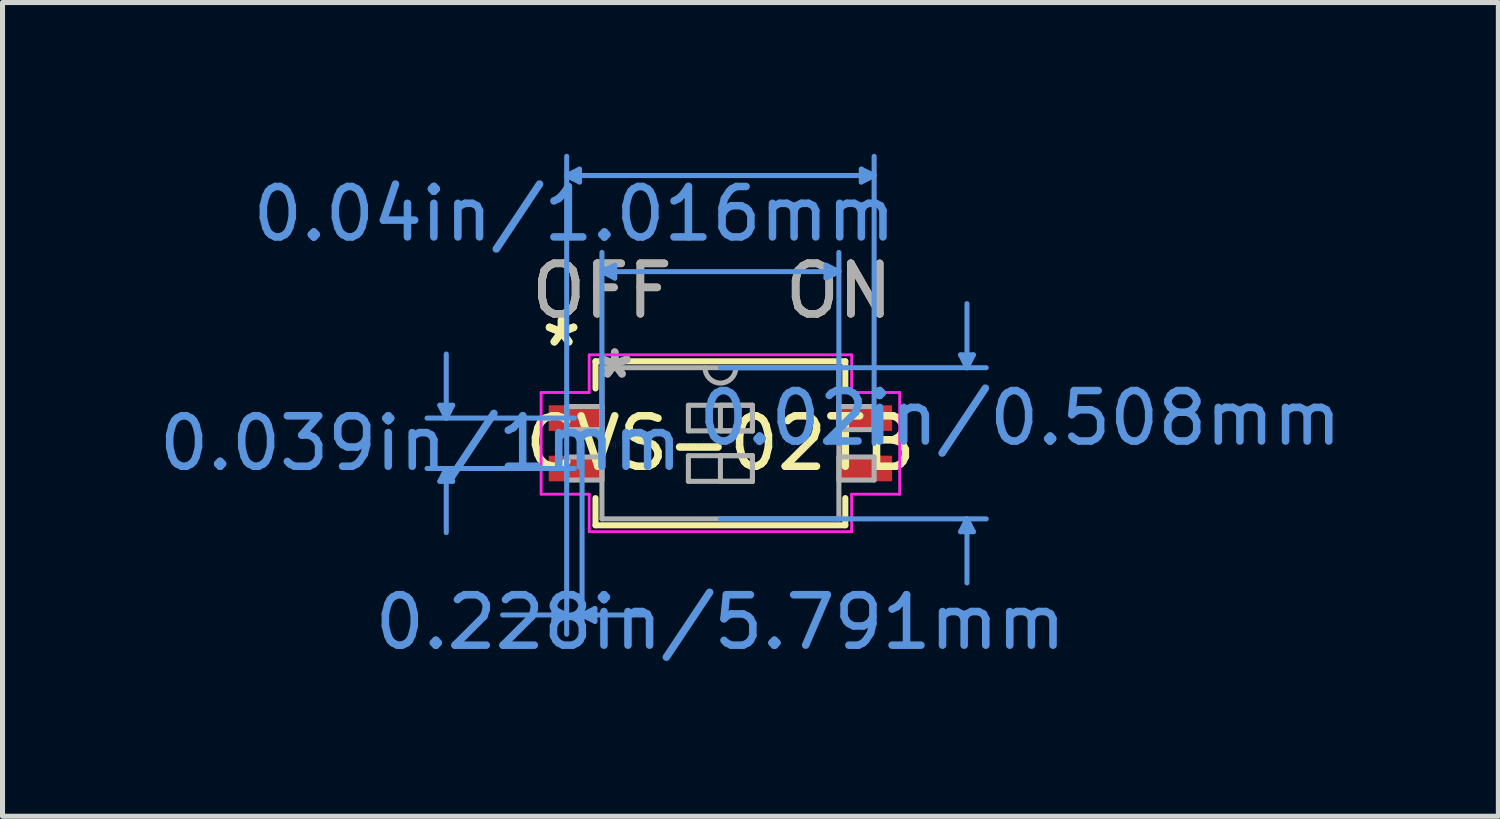
<source format=kicad_pcb>
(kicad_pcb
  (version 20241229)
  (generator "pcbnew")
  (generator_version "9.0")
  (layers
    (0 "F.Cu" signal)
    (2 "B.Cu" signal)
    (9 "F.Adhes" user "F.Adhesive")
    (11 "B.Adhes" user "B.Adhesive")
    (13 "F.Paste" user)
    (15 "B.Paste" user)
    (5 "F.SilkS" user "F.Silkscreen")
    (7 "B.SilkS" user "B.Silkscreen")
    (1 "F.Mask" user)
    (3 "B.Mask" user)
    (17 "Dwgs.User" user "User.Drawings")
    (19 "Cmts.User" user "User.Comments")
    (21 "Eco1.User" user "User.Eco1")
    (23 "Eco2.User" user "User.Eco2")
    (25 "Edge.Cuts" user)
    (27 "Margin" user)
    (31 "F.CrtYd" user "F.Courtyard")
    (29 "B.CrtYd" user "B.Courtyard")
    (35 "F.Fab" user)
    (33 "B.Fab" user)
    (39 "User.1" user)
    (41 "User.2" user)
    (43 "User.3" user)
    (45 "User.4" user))
  (footprint "CVS-02TB"
    (layer "F.Cu")
    (at 11.235 5.74)
    (property "Reference" "CVS-02TB" (at 0 0 0) (layer "F.SilkS") (effects (font (size 1 1) (thickness 0.15))))
    (attr through_hole)
    (fp_line (start -2.477 -1.626) (end -2.477 -1.087) (stroke (width 0.12) (type solid)) (layer "F.SilkS"))
    (fp_line (start -2.477 1.087) (end -2.477 1.626) (stroke (width 0.12) (type solid)) (layer "F.SilkS"))
    (fp_line (start -2.477 1.626) (end 2.477 1.626) (stroke (width 0.12) (type solid)) (layer "F.SilkS"))
    (fp_line (start 2.477 -1.626) (end -2.477 -1.626) (stroke (width 0.12) (type solid)) (layer "F.SilkS"))
    (fp_line (start 2.477 -1.087) (end 2.477 -1.626) (stroke (width 0.12) (type solid)) (layer "F.SilkS"))
    (fp_line (start 2.477 1.626) (end 2.477 1.087) (stroke (width 0.12) (type solid)) (layer "F.SilkS"))
    (fp_line (start -5.563 -0.754) (end -5.309 -0.754) (stroke (width 0.1) (type solid)) (layer "Cmts.User"))
    (fp_line (start -5.563 0.754) (end -5.309 0.754) (stroke (width 0.1) (type solid)) (layer "Cmts.User"))
    (fp_line (start -5.436 -0.5) (end -5.563 -0.754) (stroke (width 0.1) (type solid)) (layer "Cmts.User"))
    (fp_line (start -5.436 -0.5) (end -5.436 -1.77) (stroke (width 0.1) (type solid)) (layer "Cmts.User"))
    (fp_line (start -5.436 -0.5) (end -5.309 -0.754) (stroke (width 0.1) (type solid)) (layer "Cmts.User"))
    (fp_line (start -5.436 0.5) (end -5.563 0.754) (stroke (width 0.1) (type solid)) (layer "Cmts.User"))
    (fp_line (start -5.436 0.5) (end -5.436 1.77) (stroke (width 0.1) (type solid)) (layer "Cmts.User"))
    (fp_line (start -5.436 0.5) (end -5.309 0.754) (stroke (width 0.1) (type solid)) (layer "Cmts.User"))
    (fp_line (start -3.302 3.277) (end -3.302 3.531) (stroke (width 0.1) (type solid)) (layer "Cmts.User"))
    (fp_line (start -3.048 -5.309) (end -2.794 -5.436) (stroke (width 0.1) (type solid)) (layer "Cmts.User"))
    (fp_line (start -3.048 -5.309) (end -2.794 -5.182) (stroke (width 0.1) (type solid)) (layer "Cmts.User"))
    (fp_line (start -3.048 -5.309) (end 3.048 -5.309) (stroke (width 0.1) (type solid)) (layer "Cmts.User"))
    (fp_line (start -3.048 0) (end -3.048 -5.69) (stroke (width 0.1) (type solid)) (layer "Cmts.User"))
    (fp_line (start -3.048 0) (end -3.048 3.785) (stroke (width 0.1) (type solid)) (layer "Cmts.User"))
    (fp_line (start -3.048 3.404) (end -4.318 3.404) (stroke (width 0.1) (type solid)) (layer "Cmts.User"))
    (fp_line (start -3.048 3.404) (end -3.302 3.277) (stroke (width 0.1) (type solid)) (layer "Cmts.User"))
    (fp_line (start -3.048 3.404) (end -3.302 3.531) (stroke (width 0.1) (type solid)) (layer "Cmts.User"))
    (fp_line (start -2.896 -0.5) (end -5.817 -0.5) (stroke (width 0.1) (type solid)) (layer "Cmts.User"))
    (fp_line (start -2.896 0.5) (end -5.817 0.5) (stroke (width 0.1) (type solid)) (layer "Cmts.User"))
    (fp_line (start -2.794 -5.436) (end -2.794 -5.182) (stroke (width 0.1) (type solid)) (layer "Cmts.User"))
    (fp_line (start -2.743 0) (end -2.743 3.785) (stroke (width 0.1) (type solid)) (layer "Cmts.User"))
    (fp_line (start -2.743 3.404) (end -2.489 3.277) (stroke (width 0.1) (type solid)) (layer "Cmts.User"))
    (fp_line (start -2.743 3.404) (end -2.489 3.531) (stroke (width 0.1) (type solid)) (layer "Cmts.User"))
    (fp_line (start -2.743 3.404) (end -1.473 3.404) (stroke (width 0.1) (type solid)) (layer "Cmts.User"))
    (fp_line (start -2.489 3.277) (end -2.489 3.531) (stroke (width 0.1) (type solid)) (layer "Cmts.User"))
    (fp_line (start -2.349 -3.404) (end -2.095 -3.531) (stroke (width 0.1) (type solid)) (layer "Cmts.User"))
    (fp_line (start -2.349 -3.404) (end -2.095 -3.277) (stroke (width 0.1) (type solid)) (layer "Cmts.User"))
    (fp_line (start -2.349 -3.404) (end 2.349 -3.404) (stroke (width 0.1) (type solid)) (layer "Cmts.User"))
    (fp_line (start -2.349 0) (end -2.349 -3.785) (stroke (width 0.1) (type solid)) (layer "Cmts.User"))
    (fp_line (start -2.095 -3.531) (end -2.095 -3.277) (stroke (width 0.1) (type solid)) (layer "Cmts.User"))
    (fp_line (start 0 -1.499) (end 5.271 -1.499) (stroke (width 0.1) (type solid)) (layer "Cmts.User"))
    (fp_line (start 0 1.499) (end 5.271 1.499) (stroke (width 0.1) (type solid)) (layer "Cmts.User"))
    (fp_line (start 2.095 -3.531) (end 2.095 -3.277) (stroke (width 0.1) (type solid)) (layer "Cmts.User"))
    (fp_line (start 2.349 -3.404) (end 2.095 -3.531) (stroke (width 0.1) (type solid)) (layer "Cmts.User"))
    (fp_line (start 2.349 -3.404) (end 2.095 -3.277) (stroke (width 0.1) (type solid)) (layer "Cmts.User"))
    (fp_line (start 2.349 0) (end 2.349 -3.785) (stroke (width 0.1) (type solid)) (layer "Cmts.User"))
    (fp_line (start 2.794 -5.436) (end 2.794 -5.182) (stroke (width 0.1) (type solid)) (layer "Cmts.User"))
    (fp_line (start 3.048 -5.309) (end 2.794 -5.436) (stroke (width 0.1) (type solid)) (layer "Cmts.User"))
    (fp_line (start 3.048 -5.309) (end 2.794 -5.182) (stroke (width 0.1) (type solid)) (layer "Cmts.User"))
    (fp_line (start 3.048 0) (end 3.048 -5.69) (stroke (width 0.1) (type solid)) (layer "Cmts.User"))
    (fp_line (start 4.763 -1.753) (end 5.016 -1.753) (stroke (width 0.1) (type solid)) (layer "Cmts.User"))
    (fp_line (start 4.763 1.753) (end 5.016 1.753) (stroke (width 0.1) (type solid)) (layer "Cmts.User"))
    (fp_line (start 4.889 -1.499) (end 4.763 -1.753) (stroke (width 0.1) (type solid)) (layer "Cmts.User"))
    (fp_line (start 4.889 -1.499) (end 4.889 -2.769) (stroke (width 0.1) (type solid)) (layer "Cmts.User"))
    (fp_line (start 4.889 -1.499) (end 5.016 -1.753) (stroke (width 0.1) (type solid)) (layer "Cmts.User"))
    (fp_line (start 4.889 1.499) (end 4.763 1.753) (stroke (width 0.1) (type solid)) (layer "Cmts.User"))
    (fp_line (start 4.889 1.499) (end 4.889 2.769) (stroke (width 0.1) (type solid)) (layer "Cmts.User"))
    (fp_line (start 4.889 1.499) (end 5.016 1.753) (stroke (width 0.1) (type solid)) (layer "Cmts.User"))
    (fp_line (start -3.556 -1.008) (end -2.603 -1.008) (stroke (width 0.05) (type solid)) (layer "F.CrtYd"))
    (fp_line (start -3.556 -1.008) (end -2.603 -1.008) (stroke (width 0.05) (type solid)) (layer "F.CrtYd"))
    (fp_line (start -3.556 1.008) (end -3.556 -1.008) (stroke (width 0.05) (type solid)) (layer "F.CrtYd"))
    (fp_line (start -3.556 1.008) (end -3.556 -1.008) (stroke (width 0.05) (type solid)) (layer "F.CrtYd"))
    (fp_line (start -2.603 -1.753) (end 2.603 -1.753) (stroke (width 0.05) (type solid)) (layer "F.CrtYd"))
    (fp_line (start -2.603 -1.753) (end 2.603 -1.753) (stroke (width 0.05) (type solid)) (layer "F.CrtYd"))
    (fp_line (start -2.603 -1.008) (end -2.603 -1.753) (stroke (width 0.05) (type solid)) (layer "F.CrtYd"))
    (fp_line (start -2.603 -1.008) (end -2.603 -1.753) (stroke (width 0.05) (type solid)) (layer "F.CrtYd"))
    (fp_line (start -2.603 1.008) (end -3.556 1.008) (stroke (width 0.05) (type solid)) (layer "F.CrtYd"))
    (fp_line (start -2.603 1.008) (end -3.556 1.008) (stroke (width 0.05) (type solid)) (layer "F.CrtYd"))
    (fp_line (start -2.603 1.753) (end -2.603 1.008) (stroke (width 0.05) (type solid)) (layer "F.CrtYd"))
    (fp_line (start -2.603 1.753) (end -2.603 1.008) (stroke (width 0.05) (type solid)) (layer "F.CrtYd"))
    (fp_line (start 2.603 -1.753) (end 2.603 -1.008) (stroke (width 0.05) (type solid)) (layer "F.CrtYd"))
    (fp_line (start 2.603 -1.753) (end 2.603 -1.008) (stroke (width 0.05) (type solid)) (layer "F.CrtYd"))
    (fp_line (start 2.603 -1.008) (end 3.556 -1.008) (stroke (width 0.05) (type solid)) (layer "F.CrtYd"))
    (fp_line (start 2.603 -1.008) (end 3.556 -1.008) (stroke (width 0.05) (type solid)) (layer "F.CrtYd"))
    (fp_line (start 2.603 1.008) (end 2.603 1.753) (stroke (width 0.05) (type solid)) (layer "F.CrtYd"))
    (fp_line (start 2.603 1.008) (end 2.603 1.753) (stroke (width 0.05) (type solid)) (layer "F.CrtYd"))
    (fp_line (start 2.603 1.753) (end -2.603 1.753) (stroke (width 0.05) (type solid)) (layer "F.CrtYd"))
    (fp_line (start 2.603 1.753) (end -2.603 1.753) (stroke (width 0.05) (type solid)) (layer "F.CrtYd"))
    (fp_line (start 3.556 -1.008) (end 3.556 1.008) (stroke (width 0.05) (type solid)) (layer "F.CrtYd"))
    (fp_line (start 3.556 -1.008) (end 3.556 1.008) (stroke (width 0.05) (type solid)) (layer "F.CrtYd"))
    (fp_line (start 3.556 1.008) (end 2.603 1.008) (stroke (width 0.05) (type solid)) (layer "F.CrtYd"))
    (fp_line (start 3.556 1.008) (end 2.603 1.008) (stroke (width 0.05) (type solid)) (layer "F.CrtYd"))
    (fp_line (start -3.048 -0.729) (end -3.048 -0.271) (stroke (width 0.1) (type solid)) (layer "F.Fab"))
    (fp_line (start -3.048 -0.271) (end -2.349 -0.271) (stroke (width 0.1) (type solid)) (layer "F.Fab"))
    (fp_line (start -3.048 0.271) (end -3.048 0.729) (stroke (width 0.1) (type solid)) (layer "F.Fab"))
    (fp_line (start -3.048 0.729) (end -2.349 0.729) (stroke (width 0.1) (type solid)) (layer "F.Fab"))
    (fp_line (start -2.349 -1.499) (end -2.349 1.499) (stroke (width 0.1) (type solid)) (layer "F.Fab"))
    (fp_line (start -2.349 -0.729) (end -3.048 -0.729) (stroke (width 0.1) (type solid)) (layer "F.Fab"))
    (fp_line (start -2.349 -0.271) (end -2.349 -0.729) (stroke (width 0.1) (type solid)) (layer "F.Fab"))
    (fp_line (start -2.349 0.271) (end -3.048 0.271) (stroke (width 0.1) (type solid)) (layer "F.Fab"))
    (fp_line (start -2.349 0.729) (end -2.349 0.271) (stroke (width 0.1) (type solid)) (layer "F.Fab"))
    (fp_line (start -2.349 1.499) (end 2.349 1.499) (stroke (width 0.1) (type solid)) (layer "F.Fab"))
    (fp_line (start -0.635 -0.754) (end 0.635 -0.754) (stroke (width 0.1) (type solid)) (layer "F.Fab"))
    (fp_line (start -0.635 -0.246) (end -0.635 -0.754) (stroke (width 0.1) (type solid)) (layer "F.Fab"))
    (fp_line (start -0.635 0.246) (end 0.635 0.246) (stroke (width 0.1) (type solid)) (layer "F.Fab"))
    (fp_line (start -0.635 0.754) (end -0.635 0.246) (stroke (width 0.1) (type solid)) (layer "F.Fab"))
    (fp_line (start 0 -0.754) (end 0.635 -0.754) (stroke (width 0.1) (type solid)) (layer "F.Fab"))
    (fp_line (start 0 -0.246) (end 0 -0.754) (stroke (width 0.1) (type solid)) (layer "F.Fab"))
    (fp_line (start 0 0.246) (end 0.635 0.246) (stroke (width 0.1) (type solid)) (layer "F.Fab"))
    (fp_line (start 0 0.754) (end 0 0.246) (stroke (width 0.1) (type solid)) (layer "F.Fab"))
    (fp_line (start 0.635 -0.754) (end 0.635 -0.246) (stroke (width 0.1) (type solid)) (layer "F.Fab"))
    (fp_line (start 0.635 -0.754) (end 0.635 -0.246) (stroke (width 0.1) (type solid)) (layer "F.Fab"))
    (fp_line (start 0.635 -0.246) (end -0.635 -0.246) (stroke (width 0.1) (type solid)) (layer "F.Fab"))
    (fp_line (start 0.635 -0.246) (end 0 -0.246) (stroke (width 0.1) (type solid)) (layer "F.Fab"))
    (fp_line (start 0.635 0.246) (end 0.635 0.754) (stroke (width 0.1) (type solid)) (layer "F.Fab"))
    (fp_line (start 0.635 0.246) (end 0.635 0.754) (stroke (width 0.1) (type solid)) (layer "F.Fab"))
    (fp_line (start 0.635 0.754) (end -0.635 0.754) (stroke (width 0.1) (type solid)) (layer "F.Fab"))
    (fp_line (start 0.635 0.754) (end 0 0.754) (stroke (width 0.1) (type solid)) (layer "F.Fab"))
    (fp_line (start 2.349 -1.499) (end -2.349 -1.499) (stroke (width 0.1) (type solid)) (layer "F.Fab"))
    (fp_line (start 2.349 -0.729) (end 2.349 -0.271) (stroke (width 0.1) (type solid)) (layer "F.Fab"))
    (fp_line (start 2.349 -0.271) (end 3.048 -0.271) (stroke (width 0.1) (type solid)) (layer "F.Fab"))
    (fp_line (start 2.349 0.271) (end 2.349 0.729) (stroke (width 0.1) (type solid)) (layer "F.Fab"))
    (fp_line (start 2.349 0.729) (end 3.048 0.729) (stroke (width 0.1) (type solid)) (layer "F.Fab"))
    (fp_line (start 2.349 1.499) (end 2.349 -1.499) (stroke (width 0.1) (type solid)) (layer "F.Fab"))
    (fp_line (start 3.048 -0.729) (end 2.349 -0.729) (stroke (width 0.1) (type solid)) (layer "F.Fab"))
    (fp_line (start 3.048 -0.271) (end 3.048 -0.729) (stroke (width 0.1) (type solid)) (layer "F.Fab"))
    (fp_line (start 3.048 0.271) (end 2.349 0.271) (stroke (width 0.1) (type solid)) (layer "F.Fab"))
    (fp_line (start 3.048 0.729) (end 3.048 0.271) (stroke (width 0.1) (type solid)) (layer "F.Fab"))
    (fp_arc (start 0.3048 -1.4986) (mid 0 -1.1938) (end -0.3048 -1.4986) (stroke (width 0.1) (type solid)) (layer "F.Fab"))
    (fp_text user "*" (at -3.15 -1.897 0) (layer "F.SilkS") (effects (font (size 1 1) (thickness 0.15))))
    (fp_text user "ON" (at 2.349 -3.023 0) (layer "F.SilkS") (effects (font (size 1 1) (thickness 0.15))))
    (fp_text user "*" (at -3.15 -1.897 0) (layer "F.SilkS") (effects (font (size 1 1) (thickness 0.15))))
    (fp_text user "OFF" (at -2.349 -3.023 0) (layer "F.SilkS") (effects (font (size 1 1) (thickness 0.15))))
    (fp_text user "0.039in/1mm" (at -5.944 0 0) (layer "Cmts.User") (effects (font (size 1 1) (thickness 0.15))))
    (fp_text user "0.02in/0.508mm" (at 5.944 -0.5 0) (layer "Cmts.User") (effects (font (size 1 1) (thickness 0.15))))
    (fp_text user "0.04in/1.016mm" (at -2.896 -4.547 0) (layer "Cmts.User") (effects (font (size 1 1) (thickness 0.15))))
    (fp_text user "0.228in/5.791mm" (at 0 3.548 0) (layer "Cmts.User") (effects (font (size 1 1) (thickness 0.15))))
    (fp_text user "Copyright 2021 Accelerated Designs. All rights reserved." (at 0 0 0) (layer "Cmts.User") (effects (font (size 0.127 0.127) (thickness 0.002))))
    (fp_text user "OFF" (at -2.349 -3.023 0) (layer "F.Fab") (effects (font (size 1 1) (thickness 0.15))))
    (fp_text user "*" (at -2.095 -1.262 0) (layer "F.Fab") (effects (font (size 1 1) (thickness 0.15))))
    (fp_text user "ON" (at 2.349 -3.023 0) (layer "F.Fab") (effects (font (size 1 1) (thickness 0.15))))
    (fp_text user "*" (at -2.095 -1.262 0) (layer "F.Fab") (effects (font (size 1 1) (thickness 0.15))))
    (pad "1" smd rect (at -2.896 -0.5) (size 1.016 0.508) (layers "F.Cu" "F.Mask" "F.Paste"))
    (pad "2" smd rect (at -2.896 0.5) (size 1.016 0.508) (layers "F.Cu" "F.Mask" "F.Paste"))
    (pad "3" smd rect (at 2.896 0.5) (size 1.016 0.508) (layers "F.Cu" "F.Mask" "F.Paste"))
    (pad "4" smd rect (at 2.896 -0.5) (size 1.016 0.508) (layers "F.Cu" "F.Mask" "F.Paste")))
  (gr_rect
    (start -3 -3)
    (end 26.661 13.136)
    (stroke (width 0.1) (type default))
    (fill no)
    (layer "Edge.Cuts")))
</source>
